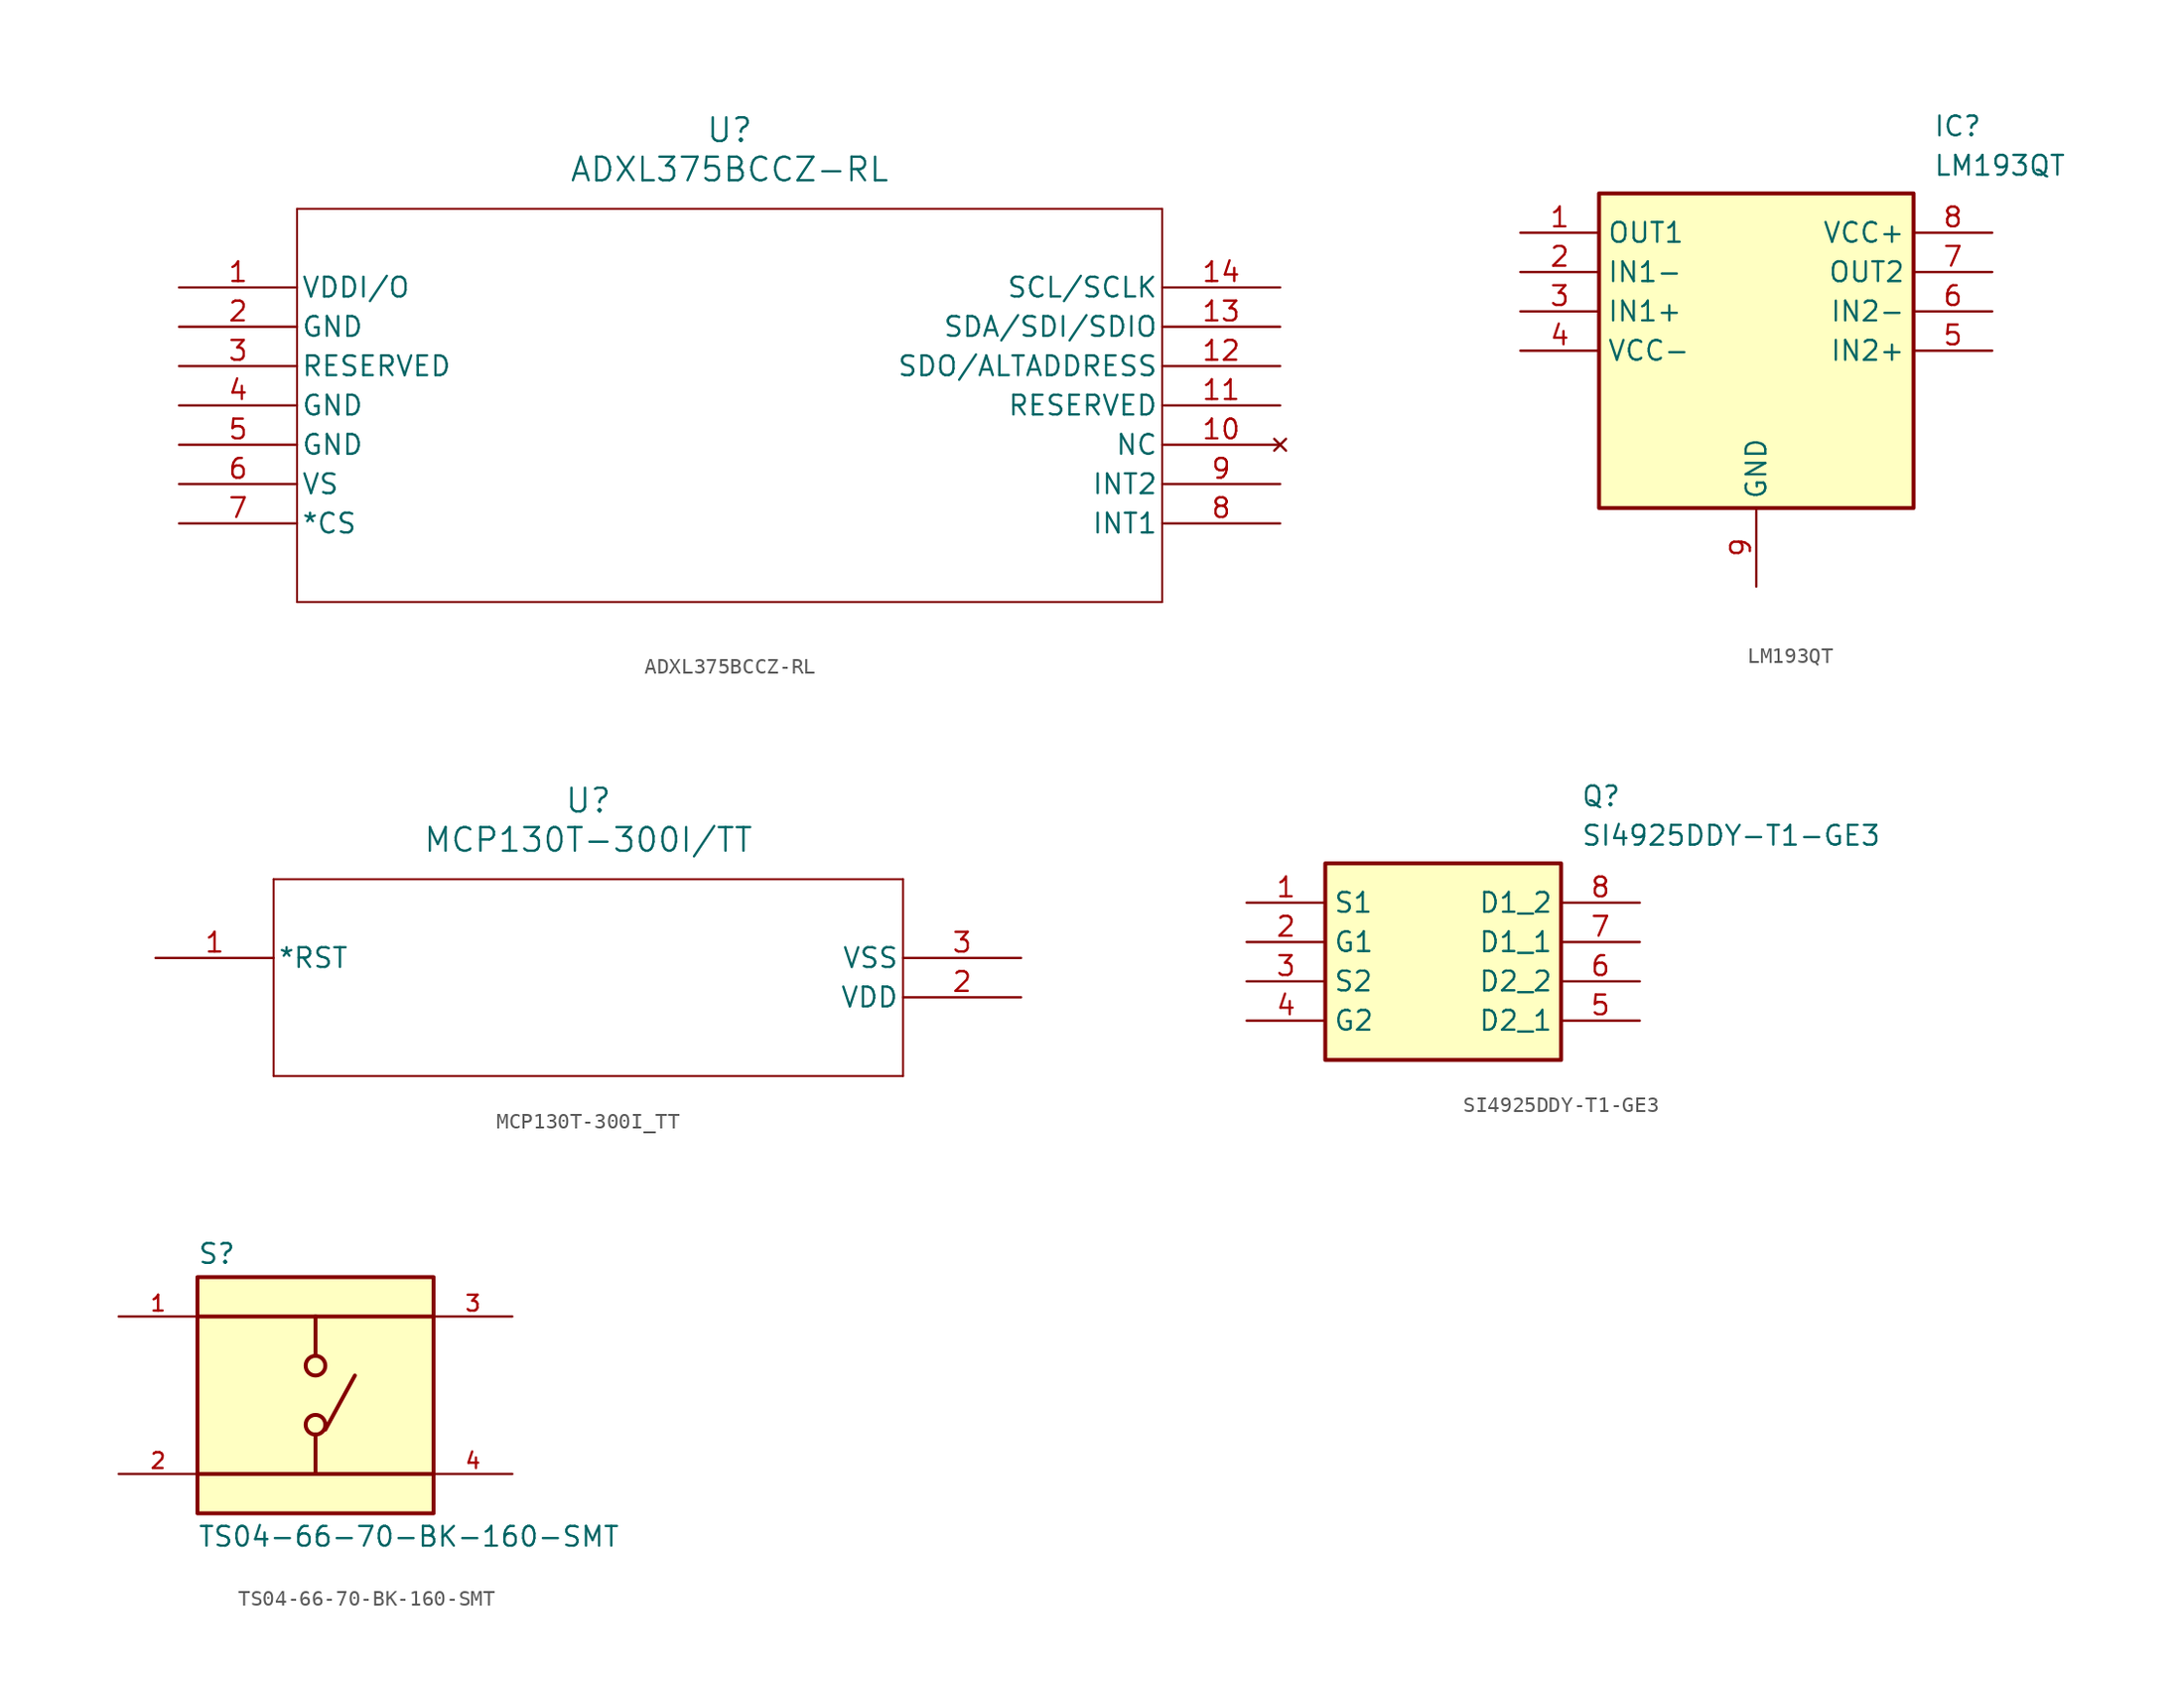
<source format=kicad_sym>
(kicad_symbol_lib
  (version 20231120)
  (generator "kicad_symbol_editor")
  (generator_version "8.0")
  (symbol "ADXL375BCCZ-RL"
    (pin_names
      (offset 0.254))
    (property "Reference" "U"
      (at 35.56 10.16 0)
      (effects (font (size 1.524 1.524))))
    (property "Value" "ADXL375BCCZ-RL"
      (at 35.56 7.62 0)
      (effects (font (size 1.524 1.524))))
    (property "ki_locked" ""
      (at 0 0 0)
      (effects (font (size 1.27 1.27))))
    (symbol "ADXL375BCCZ-RL_0_1"
      (polyline (pts (xy 7.62 -20.32) (xy 63.5 -20.32)) (stroke (width 0.127) (type default)) (fill (type none)))
      (polyline (pts (xy 7.62 5.08) (xy 7.62 -20.32)) (stroke (width 0.127) (type default)) (fill (type none)))
      (polyline (pts (xy 63.5 -20.32) (xy 63.5 5.08)) (stroke (width 0.127) (type default)) (fill (type none)))
      (polyline (pts (xy 63.5 5.08) (xy 7.62 5.08)) (stroke (width 0.127) (type default)) (fill (type none)))
      (pin power_in line (at 0 0 0) (length 7.62) (name "VDDI/O" (effects (font (size 1.27 1.27)))) (number "1" (effects (font (size 1.27 1.27)))))
      (pin no_connect line (at 71.12 -10.16 180) (length 7.62) (name "NC" (effects (font (size 1.27 1.27)))) (number "10" (effects (font (size 1.27 1.27)))))
      (pin unspecified line (at 71.12 -7.62 180) (length 7.62) (name "RESERVED" (effects (font (size 1.27 1.27)))) (number "11" (effects (font (size 1.27 1.27)))))
      (pin unspecified line (at 71.12 -5.08 180) (length 7.62) (name "SDO/ALTADDRESS" (effects (font (size 1.27 1.27)))) (number "12" (effects (font (size 1.27 1.27)))))
      (pin unspecified line (at 71.12 -2.54 180) (length 7.62) (name "SDA/SDI/SDIO" (effects (font (size 1.27 1.27)))) (number "13" (effects (font (size 1.27 1.27)))))
      (pin unspecified line (at 71.12 0 180) (length 7.62) (name "SCL/SCLK" (effects (font (size 1.27 1.27)))) (number "14" (effects (font (size 1.27 1.27)))))
      (pin power_out line (at 0 -2.54 0) (length 7.62) (name "GND" (effects (font (size 1.27 1.27)))) (number "2" (effects (font (size 1.27 1.27)))))
      (pin unspecified line (at 0 -5.08 0) (length 7.62) (name "RESERVED" (effects (font (size 1.27 1.27)))) (number "3" (effects (font (size 1.27 1.27)))))
      (pin power_out line (at 0 -7.62 0) (length 7.62) (name "GND" (effects (font (size 1.27 1.27)))) (number "4" (effects (font (size 1.27 1.27)))))
      (pin power_out line (at 0 -10.16 0) (length 7.62) (name "GND" (effects (font (size 1.27 1.27)))) (number "5" (effects (font (size 1.27 1.27)))))
      (pin unspecified line (at 0 -12.7 0) (length 7.62) (name "VS" (effects (font (size 1.27 1.27)))) (number "6" (effects (font (size 1.27 1.27)))))
      (pin unspecified line (at 0 -15.24 0) (length 7.62) (name "*CS" (effects (font (size 1.27 1.27)))) (number "7" (effects (font (size 1.27 1.27)))))
      (pin bidirectional line (at 71.12 -15.24 180) (length 7.62) (name "INT1" (effects (font (size 1.27 1.27)))) (number "8" (effects (font (size 1.27 1.27)))))
      (pin bidirectional line (at 71.12 -12.7 180) (length 7.62) (name "INT2" (effects (font (size 1.27 1.27)))) (number "9" (effects (font (size 1.27 1.27)))))))
  (symbol "LM193QT"
    (property "Reference" "IC"
      (at 26.67 7.62 0)
      (effects (font (size 1.27 1.27)) (justify left top)))
    (property "Value" "LM193QT"
      (at 26.67 5.08 0)
      (effects (font (size 1.27 1.27)) (justify left top)))
    (symbol "LM193QT_1_1"
      (rectangle (start 5.08 2.54) (end 25.4 -17.78) (stroke (width 0.254) (type default)) (fill (type background)))
      (pin passive line (at 0 0 0) (length 5.08) (name "OUT1" (effects (font (size 1.27 1.27)))) (number "1" (effects (font (size 1.27 1.27)))))
      (pin passive line (at 0 -2.54 0) (length 5.08) (name "IN1-" (effects (font (size 1.27 1.27)))) (number "2" (effects (font (size 1.27 1.27)))))
      (pin passive line (at 0 -5.08 0) (length 5.08) (name "IN1+" (effects (font (size 1.27 1.27)))) (number "3" (effects (font (size 1.27 1.27)))))
      (pin passive line (at 0 -7.62 0) (length 5.08) (name "VCC-" (effects (font (size 1.27 1.27)))) (number "4" (effects (font (size 1.27 1.27)))))
      (pin passive line (at 30.48 -7.62 180) (length 5.08) (name "IN2+" (effects (font (size 1.27 1.27)))) (number "5" (effects (font (size 1.27 1.27)))))
      (pin passive line (at 30.48 -5.08 180) (length 5.08) (name "IN2-" (effects (font (size 1.27 1.27)))) (number "6" (effects (font (size 1.27 1.27)))))
      (pin passive line (at 30.48 -2.54 180) (length 5.08) (name "OUT2" (effects (font (size 1.27 1.27)))) (number "7" (effects (font (size 1.27 1.27)))))
      (pin passive line (at 30.48 0 180) (length 5.08) (name "VCC+" (effects (font (size 1.27 1.27)))) (number "8" (effects (font (size 1.27 1.27)))))
      (pin passive line (at 15.24 -22.86 90) (length 5.08) (name "GND" (effects (font (size 1.27 1.27)))) (number "9" (effects (font (size 1.27 1.27)))))))
  (symbol "MCP130T-300I_TT"
    (pin_names
      (offset 0.254))
    (property "Reference" "U"
      (at 27.94 10.16 0)
      (effects (font (size 1.524 1.524))))
    (property "Value" "MCP130T-300I/TT"
      (at 27.94 7.62 0)
      (effects (font (size 1.524 1.524))))
    (symbol "MCP130T-300I_TT_0_1"
      (polyline (pts (xy 7.62 -7.62) (xy 48.26 -7.62)) (stroke (width 0.127) (type default)) (fill (type none)))
      (polyline (pts (xy 7.62 5.08) (xy 7.62 -7.62)) (stroke (width 0.127) (type default)) (fill (type none)))
      (polyline (pts (xy 48.26 -7.62) (xy 48.26 5.08)) (stroke (width 0.127) (type default)) (fill (type none)))
      (polyline (pts (xy 48.26 5.08) (xy 7.62 5.08)) (stroke (width 0.127) (type default)) (fill (type none)))
      (pin unspecified line (at 0 0 0) (length 7.62) (name "*RST" (effects (font (size 1.27 1.27)))) (number "1" (effects (font (size 1.27 1.27)))))
      (pin unspecified line (at 55.88 -2.54 180) (length 7.62) (name "VDD" (effects (font (size 1.27 1.27)))) (number "2" (effects (font (size 1.27 1.27)))))
      (pin unspecified line (at 55.88 0 180) (length 7.62) (name "VSS" (effects (font (size 1.27 1.27)))) (number "3" (effects (font (size 1.27 1.27)))))))
  (symbol "SI4925DDY-T1-GE3"
    (property "Reference" "Q"
      (at 21.59 7.62 0)
      (effects (font (size 1.27 1.27)) (justify left top)))
    (property "Value" "SI4925DDY-T1-GE3"
      (at 21.59 5.08 0)
      (effects (font (size 1.27 1.27)) (justify left top)))
    (symbol "SI4925DDY-T1-GE3_1_1"
      (rectangle (start 5.08 2.54) (end 20.32 -10.16) (stroke (width 0.254) (type default)) (fill (type background)))
      (pin passive line (at 0 0 0) (length 5.08) (name "S1" (effects (font (size 1.27 1.27)))) (number "1" (effects (font (size 1.27 1.27)))))
      (pin passive line (at 0 -2.54 0) (length 5.08) (name "G1" (effects (font (size 1.27 1.27)))) (number "2" (effects (font (size 1.27 1.27)))))
      (pin passive line (at 0 -5.08 0) (length 5.08) (name "S2" (effects (font (size 1.27 1.27)))) (number "3" (effects (font (size 1.27 1.27)))))
      (pin passive line (at 0 -7.62 0) (length 5.08) (name "G2" (effects (font (size 1.27 1.27)))) (number "4" (effects (font (size 1.27 1.27)))))
      (pin passive line (at 25.4 -7.62 180) (length 5.08) (name "D2_1" (effects (font (size 1.27 1.27)))) (number "5" (effects (font (size 1.27 1.27)))))
      (pin passive line (at 25.4 -5.08 180) (length 5.08) (name "D2_2" (effects (font (size 1.27 1.27)))) (number "6" (effects (font (size 1.27 1.27)))))
      (pin passive line (at 25.4 -2.54 180) (length 5.08) (name "D1_1" (effects (font (size 1.27 1.27)))) (number "7" (effects (font (size 1.27 1.27)))))
      (pin passive line (at 25.4 0 180) (length 5.08) (name "D1_2" (effects (font (size 1.27 1.27)))) (number "8" (effects (font (size 1.27 1.27)))))))
  (symbol "TS04-66-70-BK-160-SMT"
    (pin_names
      (offset 1.016))
    (property "Reference" "S"
      (at -7.62 8.382 0)
      (effects (font (size 1.27 1.27)) (justify left bottom)))
    (property "Value" "TS04-66-70-BK-160-SMT"
      (at -7.62 -8.382 0)
      (effects (font (size 1.27 1.27)) (justify left top)))
    (symbol "TS04-66-70-BK-160-SMT_0_0"
      (rectangle (start -7.62 -7.62) (end 7.62 7.62) (stroke (width 0.254) (type default)) (fill (type background)))
      (circle (center 0 -1.905) (radius 0.635) (stroke (width 0.254) (type default)) (fill (type none)))
      (polyline (pts (xy 0 -5.08) (xy -7.62 -5.08)) (stroke (width 0.254) (type default)) (fill (type none)))
      (polyline (pts (xy 0 -5.08) (xy 7.62 -5.08)) (stroke (width 0.254) (type default)) (fill (type none)))
      (polyline (pts (xy 0 -2.54) (xy 0 -5.08)) (stroke (width 0.254) (type default)) (fill (type none)))
      (polyline (pts (xy 0 5.08) (xy -7.62 5.08)) (stroke (width 0.254) (type default)) (fill (type none)))
      (polyline (pts (xy 0 5.08) (xy 0 2.54)) (stroke (width 0.254) (type default)) (fill (type none)))
      (polyline (pts (xy 0 5.08) (xy 7.62 5.08)) (stroke (width 0.254) (type default)) (fill (type none)))
      (polyline (pts (xy 0.635 -2.223) (xy 2.54 1.27)) (stroke (width 0.254) (type default)) (fill (type none)))
      (circle (center 0 1.905) (radius 0.635) (stroke (width 0.254) (type default)) (fill (type none)))
      (pin passive line (at -12.7 5.08 0) (length 5.08) (name "~" (effects (font (size 1.016 1.016)))) (number "1" (effects (font (size 1.016 1.016)))))
      (pin passive line (at -12.7 -5.08 0) (length 5.08) (name "~" (effects (font (size 1.016 1.016)))) (number "2" (effects (font (size 1.016 1.016)))))
      (pin passive line (at 12.7 5.08 180) (length 5.08) (name "~" (effects (font (size 1.016 1.016)))) (number "3" (effects (font (size 1.016 1.016)))))
      (pin passive line (at 12.7 -5.08 180) (length 5.08) (name "~" (effects (font (size 1.016 1.016)))) (number "4" (effects (font (size 1.016 1.016))))))))
</source>
